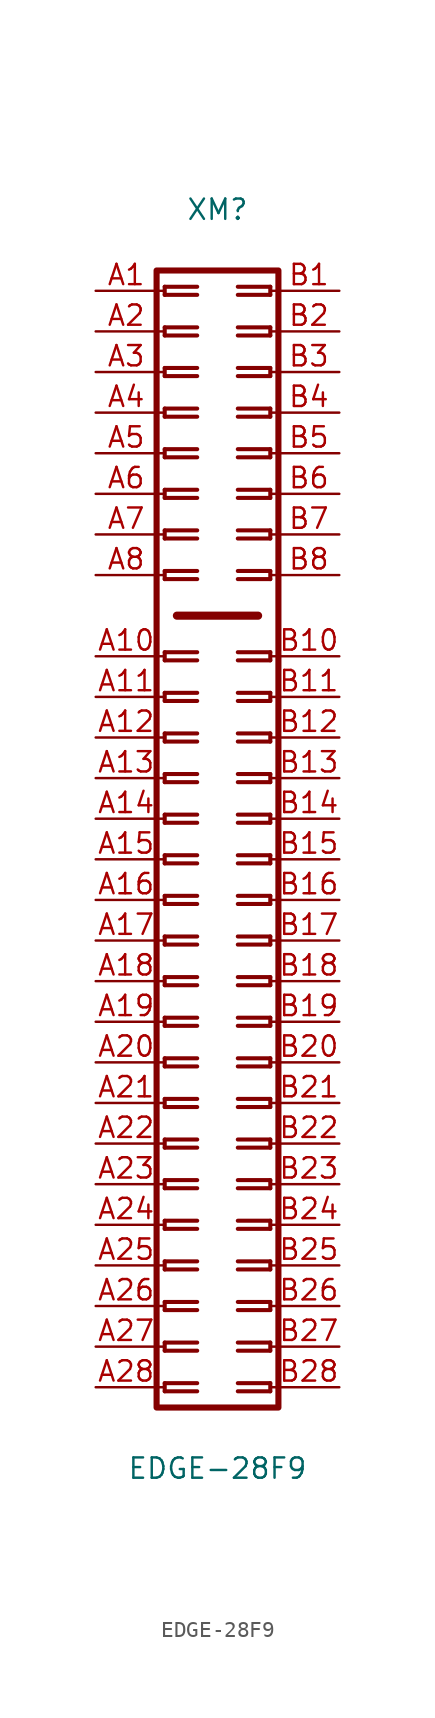
<source format=kicad_sym>
(kicad_symbol_lib
  (version 20231120)
  (generator "kicad_symbol_editor")
  (generator_version "8.0")
  (symbol "EDGE-28F9"
    (pin_names
      (offset 1.016))
    (property "Reference" "XM"
      (at 0 39.37 0)
      (effects (font (size 1.27 1.27))))
    (property "Value" "EDGE-28F9"
      (at 0 -39.37 0)
      (effects (font (size 1.27 1.27))))
    (symbol "EDGE-28F9_0_0"
      (polyline (pts (xy -2.54 13.97) (xy 2.54 13.97)) (stroke (width 0.508) (type default)) (fill (type none))))
    (symbol "EDGE-28F9_0_1"
      (rectangle (start -3.81 35.56) (end 3.81 -35.56) (stroke (width 0.381) (type default)) (fill (type none)))
      (polyline (pts (xy -3.81 -34.29) (xy -3.302 -34.29)) (stroke (width 0) (type default)) (fill (type none)))
      (polyline (pts (xy -3.81 -31.75) (xy -3.302 -31.75)) (stroke (width 0) (type default)) (fill (type none)))
      (polyline (pts (xy -3.81 -29.21) (xy -3.302 -29.21)) (stroke (width 0) (type default)) (fill (type none)))
      (polyline (pts (xy -3.81 -26.67) (xy -3.302 -26.67)) (stroke (width 0) (type default)) (fill (type none)))
      (polyline (pts (xy -3.81 -24.13) (xy -3.302 -24.13)) (stroke (width 0) (type default)) (fill (type none)))
      (polyline (pts (xy -3.81 -21.59) (xy -3.302 -21.59)) (stroke (width 0) (type default)) (fill (type none)))
      (polyline (pts (xy -3.81 -19.05) (xy -3.302 -19.05)) (stroke (width 0) (type default)) (fill (type none)))
      (polyline (pts (xy -3.81 -16.51) (xy -3.302 -16.51)) (stroke (width 0) (type default)) (fill (type none)))
      (polyline (pts (xy -3.81 -13.97) (xy -3.302 -13.97)) (stroke (width 0) (type default)) (fill (type none)))
      (polyline (pts (xy -3.81 -11.43) (xy -3.302 -11.43)) (stroke (width 0) (type default)) (fill (type none)))
      (polyline (pts (xy -3.81 -8.89) (xy -3.302 -8.89)) (stroke (width 0) (type default)) (fill (type none)))
      (polyline (pts (xy -3.81 -6.35) (xy -3.302 -6.35)) (stroke (width 0) (type default)) (fill (type none)))
      (polyline (pts (xy -3.81 -3.81) (xy -3.302 -3.81)) (stroke (width 0) (type default)) (fill (type none)))
      (polyline (pts (xy -3.81 -1.27) (xy -3.302 -1.27)) (stroke (width 0) (type default)) (fill (type none)))
      (polyline (pts (xy -3.81 1.27) (xy -3.302 1.27)) (stroke (width 0) (type default)) (fill (type none)))
      (polyline (pts (xy -3.81 3.81) (xy -3.302 3.81)) (stroke (width 0) (type default)) (fill (type none)))
      (polyline (pts (xy -3.81 6.35) (xy -3.302 6.35)) (stroke (width 0) (type default)) (fill (type none)))
      (polyline (pts (xy -3.81 8.89) (xy -3.302 8.89)) (stroke (width 0) (type default)) (fill (type none)))
      (polyline (pts (xy -3.81 11.43) (xy -3.302 11.43)) (stroke (width 0) (type default)) (fill (type none)))
      (polyline (pts (xy -3.81 16.51) (xy -3.302 16.51)) (stroke (width 0) (type default)) (fill (type none)))
      (polyline (pts (xy -3.81 19.05) (xy -3.302 19.05)) (stroke (width 0) (type default)) (fill (type none)))
      (polyline (pts (xy -3.81 21.59) (xy -3.302 21.59)) (stroke (width 0) (type default)) (fill (type none)))
      (polyline (pts (xy -3.81 24.13) (xy -3.302 24.13)) (stroke (width 0) (type default)) (fill (type none)))
      (polyline (pts (xy -3.81 26.67) (xy -3.302 26.67)) (stroke (width 0) (type default)) (fill (type none)))
      (polyline (pts (xy -3.81 29.21) (xy -3.302 29.21)) (stroke (width 0) (type default)) (fill (type none)))
      (polyline (pts (xy -3.81 31.75) (xy -3.302 31.75)) (stroke (width 0) (type default)) (fill (type none)))
      (polyline (pts (xy -3.81 34.29) (xy -3.302 34.29)) (stroke (width 0) (type default)) (fill (type none)))
      (polyline (pts (xy -3.302 -34.544) (xy -3.302 -34.036)) (stroke (width 0.254) (type default)) (fill (type none)))
      (polyline (pts (xy -3.302 -34.544) (xy -1.27 -34.544)) (stroke (width 0.254) (type default)) (fill (type none)))
      (polyline (pts (xy -3.302 -34.036) (xy -1.27 -34.036)) (stroke (width 0.254) (type default)) (fill (type none)))
      (polyline (pts (xy -3.302 -32.004) (xy -3.302 -31.496)) (stroke (width 0.254) (type default)) (fill (type none)))
      (polyline (pts (xy -3.302 -32.004) (xy -1.27 -32.004)) (stroke (width 0.254) (type default)) (fill (type none)))
      (polyline (pts (xy -3.302 -31.496) (xy -1.27 -31.496)) (stroke (width 0.254) (type default)) (fill (type none)))
      (polyline (pts (xy -3.302 -29.464) (xy -3.302 -28.956)) (stroke (width 0.254) (type default)) (fill (type none)))
      (polyline (pts (xy -3.302 -29.464) (xy -1.27 -29.464)) (stroke (width 0.254) (type default)) (fill (type none)))
      (polyline (pts (xy -3.302 -28.956) (xy -1.27 -28.956)) (stroke (width 0.254) (type default)) (fill (type none)))
      (polyline (pts (xy -3.302 -26.924) (xy -3.302 -26.416)) (stroke (width 0.254) (type default)) (fill (type none)))
      (polyline (pts (xy -3.302 -26.924) (xy -1.27 -26.924)) (stroke (width 0.254) (type default)) (fill (type none)))
      (polyline (pts (xy -3.302 -26.416) (xy -1.27 -26.416)) (stroke (width 0.254) (type default)) (fill (type none)))
      (polyline (pts (xy -3.302 -24.384) (xy -3.302 -23.876)) (stroke (width 0.254) (type default)) (fill (type none)))
      (polyline (pts (xy -3.302 -24.384) (xy -1.27 -24.384)) (stroke (width 0.254) (type default)) (fill (type none)))
      (polyline (pts (xy -3.302 -23.876) (xy -1.27 -23.876)) (stroke (width 0.254) (type default)) (fill (type none)))
      (polyline (pts (xy -3.302 -21.844) (xy -3.302 -21.336)) (stroke (width 0.254) (type default)) (fill (type none)))
      (polyline (pts (xy -3.302 -21.844) (xy -1.27 -21.844)) (stroke (width 0.254) (type default)) (fill (type none)))
      (polyline (pts (xy -3.302 -21.336) (xy -1.27 -21.336)) (stroke (width 0.254) (type default)) (fill (type none)))
      (polyline (pts (xy -3.302 -19.304) (xy -3.302 -18.796)) (stroke (width 0.254) (type default)) (fill (type none)))
      (polyline (pts (xy -3.302 -19.304) (xy -1.27 -19.304)) (stroke (width 0.254) (type default)) (fill (type none)))
      (polyline (pts (xy -3.302 -18.796) (xy -1.27 -18.796)) (stroke (width 0.254) (type default)) (fill (type none)))
      (polyline (pts (xy -3.302 -16.764) (xy -3.302 -16.256)) (stroke (width 0.254) (type default)) (fill (type none)))
      (polyline (pts (xy -3.302 -16.764) (xy -1.27 -16.764)) (stroke (width 0.254) (type default)) (fill (type none)))
      (polyline (pts (xy -3.302 -16.256) (xy -1.27 -16.256)) (stroke (width 0.254) (type default)) (fill (type none)))
      (polyline (pts (xy -3.302 -14.224) (xy -3.302 -13.716)) (stroke (width 0.254) (type default)) (fill (type none)))
      (polyline (pts (xy -3.302 -14.224) (xy -1.27 -14.224)) (stroke (width 0.254) (type default)) (fill (type none)))
      (polyline (pts (xy -3.302 -13.716) (xy -1.27 -13.716)) (stroke (width 0.254) (type default)) (fill (type none)))
      (polyline (pts (xy -3.302 -11.684) (xy -3.302 -11.176)) (stroke (width 0.254) (type default)) (fill (type none)))
      (polyline (pts (xy -3.302 -11.684) (xy -1.27 -11.684)) (stroke (width 0.254) (type default)) (fill (type none)))
      (polyline (pts (xy -3.302 -11.176) (xy -1.27 -11.176)) (stroke (width 0.254) (type default)) (fill (type none)))
      (polyline (pts (xy -3.302 -9.144) (xy -3.302 -8.636)) (stroke (width 0.254) (type default)) (fill (type none)))
      (polyline (pts (xy -3.302 -9.144) (xy -1.27 -9.144)) (stroke (width 0.254) (type default)) (fill (type none)))
      (polyline (pts (xy -3.302 -8.636) (xy -1.27 -8.636)) (stroke (width 0.254) (type default)) (fill (type none)))
      (polyline (pts (xy -3.302 -6.604) (xy -3.302 -6.096)) (stroke (width 0.254) (type default)) (fill (type none)))
      (polyline (pts (xy -3.302 -6.604) (xy -1.27 -6.604)) (stroke (width 0.254) (type default)) (fill (type none)))
      (polyline (pts (xy -3.302 -6.096) (xy -1.27 -6.096)) (stroke (width 0.254) (type default)) (fill (type none)))
      (polyline (pts (xy -3.302 -4.064) (xy -3.302 -3.556)) (stroke (width 0.254) (type default)) (fill (type none)))
      (polyline (pts (xy -3.302 -4.064) (xy -1.27 -4.064)) (stroke (width 0.254) (type default)) (fill (type none)))
      (polyline (pts (xy -3.302 -3.556) (xy -1.27 -3.556)) (stroke (width 0.254) (type default)) (fill (type none)))
      (polyline (pts (xy -3.302 -1.524) (xy -3.302 -1.016)) (stroke (width 0.254) (type default)) (fill (type none)))
      (polyline (pts (xy -3.302 -1.524) (xy -1.27 -1.524)) (stroke (width 0.254) (type default)) (fill (type none)))
      (polyline (pts (xy -3.302 -1.016) (xy -1.27 -1.016)) (stroke (width 0.254) (type default)) (fill (type none)))
      (polyline (pts (xy -3.302 1.016) (xy -3.302 1.524)) (stroke (width 0.254) (type default)) (fill (type none)))
      (polyline (pts (xy -3.302 1.016) (xy -1.27 1.016)) (stroke (width 0.254) (type default)) (fill (type none)))
      (polyline (pts (xy -3.302 1.524) (xy -1.27 1.524)) (stroke (width 0.254) (type default)) (fill (type none)))
      (polyline (pts (xy -3.302 3.556) (xy -3.302 4.064)) (stroke (width 0.254) (type default)) (fill (type none)))
      (polyline (pts (xy -3.302 3.556) (xy -1.27 3.556)) (stroke (width 0.254) (type default)) (fill (type none)))
      (polyline (pts (xy -3.302 4.064) (xy -1.27 4.064)) (stroke (width 0.254) (type default)) (fill (type none)))
      (polyline (pts (xy -3.302 6.096) (xy -3.302 6.604)) (stroke (width 0.254) (type default)) (fill (type none)))
      (polyline (pts (xy -3.302 6.096) (xy -1.27 6.096)) (stroke (width 0.254) (type default)) (fill (type none)))
      (polyline (pts (xy -3.302 6.604) (xy -1.27 6.604)) (stroke (width 0.254) (type default)) (fill (type none)))
      (polyline (pts (xy -3.302 8.636) (xy -3.302 9.144)) (stroke (width 0.254) (type default)) (fill (type none)))
      (polyline (pts (xy -3.302 8.636) (xy -1.27 8.636)) (stroke (width 0.254) (type default)) (fill (type none)))
      (polyline (pts (xy -3.302 9.144) (xy -1.27 9.144)) (stroke (width 0.254) (type default)) (fill (type none)))
      (polyline (pts (xy -3.302 11.176) (xy -3.302 11.684)) (stroke (width 0.254) (type default)) (fill (type none)))
      (polyline (pts (xy -3.302 11.176) (xy -1.27 11.176)) (stroke (width 0.254) (type default)) (fill (type none)))
      (polyline (pts (xy -3.302 11.684) (xy -1.27 11.684)) (stroke (width 0.254) (type default)) (fill (type none)))
      (polyline (pts (xy -3.302 16.256) (xy -3.302 16.764)) (stroke (width 0.254) (type default)) (fill (type none)))
      (polyline (pts (xy -3.302 16.256) (xy -1.27 16.256)) (stroke (width 0.254) (type default)) (fill (type none)))
      (polyline (pts (xy -3.302 16.764) (xy -1.27 16.764)) (stroke (width 0.254) (type default)) (fill (type none)))
      (polyline (pts (xy -3.302 18.796) (xy -3.302 19.304)) (stroke (width 0.254) (type default)) (fill (type none)))
      (polyline (pts (xy -3.302 18.796) (xy -1.27 18.796)) (stroke (width 0.254) (type default)) (fill (type none)))
      (polyline (pts (xy -3.302 19.304) (xy -1.27 19.304)) (stroke (width 0.254) (type default)) (fill (type none)))
      (polyline (pts (xy -3.302 21.336) (xy -3.302 21.844)) (stroke (width 0.254) (type default)) (fill (type none)))
      (polyline (pts (xy -3.302 21.336) (xy -1.27 21.336)) (stroke (width 0.254) (type default)) (fill (type none)))
      (polyline (pts (xy -3.302 21.844) (xy -1.27 21.844)) (stroke (width 0.254) (type default)) (fill (type none)))
      (polyline (pts (xy -3.302 23.876) (xy -3.302 24.384)) (stroke (width 0.254) (type default)) (fill (type none)))
      (polyline (pts (xy -3.302 23.876) (xy -1.27 23.876)) (stroke (width 0.254) (type default)) (fill (type none)))
      (polyline (pts (xy -3.302 24.384) (xy -1.27 24.384)) (stroke (width 0.254) (type default)) (fill (type none)))
      (polyline (pts (xy -3.302 26.416) (xy -3.302 26.924)) (stroke (width 0.254) (type default)) (fill (type none)))
      (polyline (pts (xy -3.302 26.416) (xy -1.27 26.416)) (stroke (width 0.254) (type default)) (fill (type none)))
      (polyline (pts (xy -3.302 26.924) (xy -1.27 26.924)) (stroke (width 0.254) (type default)) (fill (type none)))
      (polyline (pts (xy -3.302 28.956) (xy -3.302 29.464)) (stroke (width 0.254) (type default)) (fill (type none)))
      (polyline (pts (xy -3.302 28.956) (xy -1.27 28.956)) (stroke (width 0.254) (type default)) (fill (type none)))
      (polyline (pts (xy -3.302 29.464) (xy -1.27 29.464)) (stroke (width 0.254) (type default)) (fill (type none)))
      (polyline (pts (xy -3.302 31.496) (xy -3.302 32.004)) (stroke (width 0.254) (type default)) (fill (type none)))
      (polyline (pts (xy -3.302 31.496) (xy -1.27 31.496)) (stroke (width 0.254) (type default)) (fill (type none)))
      (polyline (pts (xy -3.302 32.004) (xy -1.27 32.004)) (stroke (width 0.254) (type default)) (fill (type none)))
      (polyline (pts (xy -3.302 34.036) (xy -3.302 34.544)) (stroke (width 0.254) (type default)) (fill (type none)))
      (polyline (pts (xy -3.302 34.036) (xy -1.27 34.036)) (stroke (width 0.254) (type default)) (fill (type none)))
      (polyline (pts (xy -3.302 34.544) (xy -1.27 34.544)) (stroke (width 0.254) (type default)) (fill (type none)))
      (polyline (pts (xy 3.302 -34.544) (xy 1.27 -34.544)) (stroke (width 0.254) (type default)) (fill (type none)))
      (polyline (pts (xy 3.302 -34.544) (xy 3.302 -34.036)) (stroke (width 0.254) (type default)) (fill (type none)))
      (polyline (pts (xy 3.302 -34.036) (xy 1.27 -34.036)) (stroke (width 0.254) (type default)) (fill (type none)))
      (polyline (pts (xy 3.302 -32.004) (xy 1.27 -32.004)) (stroke (width 0.254) (type default)) (fill (type none)))
      (polyline (pts (xy 3.302 -32.004) (xy 3.302 -31.496)) (stroke (width 0.254) (type default)) (fill (type none)))
      (polyline (pts (xy 3.302 -31.496) (xy 1.27 -31.496)) (stroke (width 0.254) (type default)) (fill (type none)))
      (polyline (pts (xy 3.302 -29.464) (xy 1.27 -29.464)) (stroke (width 0.254) (type default)) (fill (type none)))
      (polyline (pts (xy 3.302 -29.464) (xy 3.302 -28.956)) (stroke (width 0.254) (type default)) (fill (type none)))
      (polyline (pts (xy 3.302 -28.956) (xy 1.27 -28.956)) (stroke (width 0.254) (type default)) (fill (type none)))
      (polyline (pts (xy 3.302 -26.924) (xy 1.27 -26.924)) (stroke (width 0.254) (type default)) (fill (type none)))
      (polyline (pts (xy 3.302 -26.924) (xy 3.302 -26.416)) (stroke (width 0.254) (type default)) (fill (type none)))
      (polyline (pts (xy 3.302 -26.416) (xy 1.27 -26.416)) (stroke (width 0.254) (type default)) (fill (type none)))
      (polyline (pts (xy 3.302 -24.384) (xy 1.27 -24.384)) (stroke (width 0.254) (type default)) (fill (type none)))
      (polyline (pts (xy 3.302 -24.384) (xy 3.302 -23.876)) (stroke (width 0.254) (type default)) (fill (type none)))
      (polyline (pts (xy 3.302 -23.876) (xy 1.27 -23.876)) (stroke (width 0.254) (type default)) (fill (type none)))
      (polyline (pts (xy 3.302 -21.844) (xy 1.27 -21.844)) (stroke (width 0.254) (type default)) (fill (type none)))
      (polyline (pts (xy 3.302 -21.844) (xy 3.302 -21.336)) (stroke (width 0.254) (type default)) (fill (type none)))
      (polyline (pts (xy 3.302 -21.336) (xy 1.27 -21.336)) (stroke (width 0.254) (type default)) (fill (type none)))
      (polyline (pts (xy 3.302 -19.304) (xy 1.27 -19.304)) (stroke (width 0.254) (type default)) (fill (type none)))
      (polyline (pts (xy 3.302 -19.304) (xy 3.302 -18.796)) (stroke (width 0.254) (type default)) (fill (type none)))
      (polyline (pts (xy 3.302 -18.796) (xy 1.27 -18.796)) (stroke (width 0.254) (type default)) (fill (type none)))
      (polyline (pts (xy 3.302 -16.764) (xy 1.27 -16.764)) (stroke (width 0.254) (type default)) (fill (type none)))
      (polyline (pts (xy 3.302 -16.764) (xy 3.302 -16.256)) (stroke (width 0.254) (type default)) (fill (type none)))
      (polyline (pts (xy 3.302 -16.256) (xy 1.27 -16.256)) (stroke (width 0.254) (type default)) (fill (type none)))
      (polyline (pts (xy 3.302 -14.224) (xy 1.27 -14.224)) (stroke (width 0.254) (type default)) (fill (type none)))
      (polyline (pts (xy 3.302 -14.224) (xy 3.302 -13.716)) (stroke (width 0.254) (type default)) (fill (type none)))
      (polyline (pts (xy 3.302 -13.716) (xy 1.27 -13.716)) (stroke (width 0.254) (type default)) (fill (type none)))
      (polyline (pts (xy 3.302 -11.684) (xy 1.27 -11.684)) (stroke (width 0.254) (type default)) (fill (type none)))
      (polyline (pts (xy 3.302 -11.684) (xy 3.302 -11.176)) (stroke (width 0.254) (type default)) (fill (type none)))
      (polyline (pts (xy 3.302 -11.176) (xy 1.27 -11.176)) (stroke (width 0.254) (type default)) (fill (type none)))
      (polyline (pts (xy 3.302 -9.144) (xy 1.27 -9.144)) (stroke (width 0.254) (type default)) (fill (type none)))
      (polyline (pts (xy 3.302 -9.144) (xy 3.302 -8.636)) (stroke (width 0.254) (type default)) (fill (type none)))
      (polyline (pts (xy 3.302 -8.636) (xy 1.27 -8.636)) (stroke (width 0.254) (type default)) (fill (type none)))
      (polyline (pts (xy 3.302 -6.604) (xy 1.27 -6.604)) (stroke (width 0.254) (type default)) (fill (type none)))
      (polyline (pts (xy 3.302 -6.604) (xy 3.302 -6.096)) (stroke (width 0.254) (type default)) (fill (type none)))
      (polyline (pts (xy 3.302 -6.096) (xy 1.27 -6.096)) (stroke (width 0.254) (type default)) (fill (type none)))
      (polyline (pts (xy 3.302 -4.064) (xy 1.27 -4.064)) (stroke (width 0.254) (type default)) (fill (type none)))
      (polyline (pts (xy 3.302 -4.064) (xy 3.302 -3.556)) (stroke (width 0.254) (type default)) (fill (type none)))
      (polyline (pts (xy 3.302 -3.556) (xy 1.27 -3.556)) (stroke (width 0.254) (type default)) (fill (type none)))
      (polyline (pts (xy 3.302 -1.524) (xy 1.27 -1.524)) (stroke (width 0.254) (type default)) (fill (type none)))
      (polyline (pts (xy 3.302 -1.524) (xy 3.302 -1.016)) (stroke (width 0.254) (type default)) (fill (type none)))
      (polyline (pts (xy 3.302 -1.016) (xy 1.27 -1.016)) (stroke (width 0.254) (type default)) (fill (type none)))
      (polyline (pts (xy 3.302 1.016) (xy 1.27 1.016)) (stroke (width 0.254) (type default)) (fill (type none)))
      (polyline (pts (xy 3.302 1.016) (xy 3.302 1.524)) (stroke (width 0.254) (type default)) (fill (type none)))
      (polyline (pts (xy 3.302 1.524) (xy 1.27 1.524)) (stroke (width 0.254) (type default)) (fill (type none)))
      (polyline (pts (xy 3.302 3.556) (xy 1.27 3.556)) (stroke (width 0.254) (type default)) (fill (type none)))
      (polyline (pts (xy 3.302 3.556) (xy 3.302 4.064)) (stroke (width 0.254) (type default)) (fill (type none)))
      (polyline (pts (xy 3.302 4.064) (xy 1.27 4.064)) (stroke (width 0.254) (type default)) (fill (type none)))
      (polyline (pts (xy 3.302 6.096) (xy 1.27 6.096)) (stroke (width 0.254) (type default)) (fill (type none)))
      (polyline (pts (xy 3.302 6.096) (xy 3.302 6.604)) (stroke (width 0.254) (type default)) (fill (type none)))
      (polyline (pts (xy 3.302 6.604) (xy 1.27 6.604)) (stroke (width 0.254) (type default)) (fill (type none)))
      (polyline (pts (xy 3.302 8.636) (xy 1.27 8.636)) (stroke (width 0.254) (type default)) (fill (type none)))
      (polyline (pts (xy 3.302 8.636) (xy 3.302 9.144)) (stroke (width 0.254) (type default)) (fill (type none)))
      (polyline (pts (xy 3.302 9.144) (xy 1.27 9.144)) (stroke (width 0.254) (type default)) (fill (type none)))
      (polyline (pts (xy 3.302 11.176) (xy 1.27 11.176)) (stroke (width 0.254) (type default)) (fill (type none)))
      (polyline (pts (xy 3.302 11.176) (xy 3.302 11.684)) (stroke (width 0.254) (type default)) (fill (type none)))
      (polyline (pts (xy 3.302 11.684) (xy 1.27 11.684)) (stroke (width 0.254) (type default)) (fill (type none)))
      (polyline (pts (xy 3.302 16.256) (xy 1.27 16.256)) (stroke (width 0.254) (type default)) (fill (type none)))
      (polyline (pts (xy 3.302 16.256) (xy 3.302 16.764)) (stroke (width 0.254) (type default)) (fill (type none)))
      (polyline (pts (xy 3.302 16.764) (xy 1.27 16.764)) (stroke (width 0.254) (type default)) (fill (type none)))
      (polyline (pts (xy 3.302 18.796) (xy 1.27 18.796)) (stroke (width 0.254) (type default)) (fill (type none)))
      (polyline (pts (xy 3.302 18.796) (xy 3.302 19.304)) (stroke (width 0.254) (type default)) (fill (type none)))
      (polyline (pts (xy 3.302 19.304) (xy 1.27 19.304)) (stroke (width 0.254) (type default)) (fill (type none)))
      (polyline (pts (xy 3.302 21.336) (xy 1.27 21.336)) (stroke (width 0.254) (type default)) (fill (type none)))
      (polyline (pts (xy 3.302 21.336) (xy 3.302 21.844)) (stroke (width 0.254) (type default)) (fill (type none)))
      (polyline (pts (xy 3.302 21.844) (xy 1.27 21.844)) (stroke (width 0.254) (type default)) (fill (type none)))
      (polyline (pts (xy 3.302 23.876) (xy 1.27 23.876)) (stroke (width 0.254) (type default)) (fill (type none)))
      (polyline (pts (xy 3.302 23.876) (xy 3.302 24.384)) (stroke (width 0.254) (type default)) (fill (type none)))
      (polyline (pts (xy 3.302 24.384) (xy 1.27 24.384)) (stroke (width 0.254) (type default)) (fill (type none)))
      (polyline (pts (xy 3.302 26.416) (xy 1.27 26.416)) (stroke (width 0.254) (type default)) (fill (type none)))
      (polyline (pts (xy 3.302 26.416) (xy 3.302 26.924)) (stroke (width 0.254) (type default)) (fill (type none)))
      (polyline (pts (xy 3.302 26.924) (xy 1.27 26.924)) (stroke (width 0.254) (type default)) (fill (type none)))
      (polyline (pts (xy 3.302 28.956) (xy 1.27 28.956)) (stroke (width 0.254) (type default)) (fill (type none)))
      (polyline (pts (xy 3.302 28.956) (xy 3.302 29.464)) (stroke (width 0.254) (type default)) (fill (type none)))
      (polyline (pts (xy 3.302 29.464) (xy 1.27 29.464)) (stroke (width 0.254) (type default)) (fill (type none)))
      (polyline (pts (xy 3.302 31.496) (xy 1.27 31.496)) (stroke (width 0.254) (type default)) (fill (type none)))
      (polyline (pts (xy 3.302 31.496) (xy 3.302 32.004)) (stroke (width 0.254) (type default)) (fill (type none)))
      (polyline (pts (xy 3.302 32.004) (xy 1.27 32.004)) (stroke (width 0.254) (type default)) (fill (type none)))
      (polyline (pts (xy 3.302 34.036) (xy 1.27 34.036)) (stroke (width 0.254) (type default)) (fill (type none)))
      (polyline (pts (xy 3.302 34.036) (xy 3.302 34.544)) (stroke (width 0.254) (type default)) (fill (type none)))
      (polyline (pts (xy 3.302 34.544) (xy 1.27 34.544)) (stroke (width 0.254) (type default)) (fill (type none)))
      (polyline (pts (xy 3.81 -34.29) (xy 3.302 -34.29)) (stroke (width 0) (type default)) (fill (type none)))
      (polyline (pts (xy 3.81 -31.75) (xy 3.302 -31.75)) (stroke (width 0) (type default)) (fill (type none)))
      (polyline (pts (xy 3.81 -29.21) (xy 3.302 -29.21)) (stroke (width 0) (type default)) (fill (type none)))
      (polyline (pts (xy 3.81 -26.67) (xy 3.302 -26.67)) (stroke (width 0) (type default)) (fill (type none)))
      (polyline (pts (xy 3.81 -24.13) (xy 3.302 -24.13)) (stroke (width 0) (type default)) (fill (type none)))
      (polyline (pts (xy 3.81 -21.59) (xy 3.302 -21.59)) (stroke (width 0) (type default)) (fill (type none)))
      (polyline (pts (xy 3.81 -19.05) (xy 3.302 -19.05)) (stroke (width 0) (type default)) (fill (type none)))
      (polyline (pts (xy 3.81 -16.51) (xy 3.302 -16.51)) (stroke (width 0) (type default)) (fill (type none)))
      (polyline (pts (xy 3.81 -13.97) (xy 3.302 -13.97)) (stroke (width 0) (type default)) (fill (type none)))
      (polyline (pts (xy 3.81 -11.43) (xy 3.302 -11.43)) (stroke (width 0) (type default)) (fill (type none)))
      (polyline (pts (xy 3.81 -8.89) (xy 3.302 -8.89)) (stroke (width 0) (type default)) (fill (type none)))
      (polyline (pts (xy 3.81 -6.35) (xy 3.302 -6.35)) (stroke (width 0) (type default)) (fill (type none)))
      (polyline (pts (xy 3.81 -3.81) (xy 3.302 -3.81)) (stroke (width 0) (type default)) (fill (type none)))
      (polyline (pts (xy 3.81 -1.27) (xy 3.302 -1.27)) (stroke (width 0) (type default)) (fill (type none)))
      (polyline (pts (xy 3.81 1.27) (xy 3.302 1.27)) (stroke (width 0) (type default)) (fill (type none)))
      (polyline (pts (xy 3.81 3.81) (xy 3.302 3.81)) (stroke (width 0) (type default)) (fill (type none)))
      (polyline (pts (xy 3.81 6.35) (xy 3.302 6.35)) (stroke (width 0) (type default)) (fill (type none)))
      (polyline (pts (xy 3.81 8.89) (xy 3.302 8.89)) (stroke (width 0) (type default)) (fill (type none)))
      (polyline (pts (xy 3.81 11.43) (xy 3.302 11.43)) (stroke (width 0) (type default)) (fill (type none)))
      (polyline (pts (xy 3.81 16.51) (xy 3.302 16.51)) (stroke (width 0) (type default)) (fill (type none)))
      (polyline (pts (xy 3.81 19.05) (xy 3.302 19.05)) (stroke (width 0) (type default)) (fill (type none)))
      (polyline (pts (xy 3.81 21.59) (xy 3.302 21.59)) (stroke (width 0) (type default)) (fill (type none)))
      (polyline (pts (xy 3.81 24.13) (xy 3.302 24.13)) (stroke (width 0) (type default)) (fill (type none)))
      (polyline (pts (xy 3.81 26.67) (xy 3.302 26.67)) (stroke (width 0) (type default)) (fill (type none)))
      (polyline (pts (xy 3.81 29.21) (xy 3.302 29.21)) (stroke (width 0) (type default)) (fill (type none)))
      (polyline (pts (xy 3.81 31.75) (xy 3.302 31.75)) (stroke (width 0) (type default)) (fill (type none)))
      (polyline (pts (xy 3.81 34.29) (xy 3.302 34.29)) (stroke (width 0) (type default)) (fill (type none))))
    (symbol "EDGE-28F9_1_1"
      (pin passive line (at -7.62 34.29 0) (length 3.81) (name "~" (effects (font (size 1.27 1.27)))) (number "A1" (effects (font (size 1.27 1.27)))))
      (pin passive line (at -7.62 11.43 0) (length 3.81) (name "~" (effects (font (size 1.27 1.27)))) (number "A10" (effects (font (size 1.27 1.27)))))
      (pin passive line (at -7.62 8.89 0) (length 3.81) (name "~" (effects (font (size 1.27 1.27)))) (number "A11" (effects (font (size 1.27 1.27)))))
      (pin passive line (at -7.62 6.35 0) (length 3.81) (name "~" (effects (font (size 1.27 1.27)))) (number "A12" (effects (font (size 1.27 1.27)))))
      (pin passive line (at -7.62 3.81 0) (length 3.81) (name "~" (effects (font (size 1.27 1.27)))) (number "A13" (effects (font (size 1.27 1.27)))))
      (pin passive line (at -7.62 1.27 0) (length 3.81) (name "~" (effects (font (size 1.27 1.27)))) (number "A14" (effects (font (size 1.27 1.27)))))
      (pin passive line (at -7.62 -1.27 0) (length 3.81) (name "~" (effects (font (size 1.27 1.27)))) (number "A15" (effects (font (size 1.27 1.27)))))
      (pin passive line (at -7.62 -3.81 0) (length 3.81) (name "~" (effects (font (size 1.27 1.27)))) (number "A16" (effects (font (size 1.27 1.27)))))
      (pin passive line (at -7.62 -6.35 0) (length 3.81) (name "~" (effects (font (size 1.27 1.27)))) (number "A17" (effects (font (size 1.27 1.27)))))
      (pin passive line (at -7.62 -8.89 0) (length 3.81) (name "~" (effects (font (size 1.27 1.27)))) (number "A18" (effects (font (size 1.27 1.27)))))
      (pin passive line (at -7.62 -11.43 0) (length 3.81) (name "~" (effects (font (size 1.27 1.27)))) (number "A19" (effects (font (size 1.27 1.27)))))
      (pin passive line (at -7.62 31.75 0) (length 3.81) (name "~" (effects (font (size 1.27 1.27)))) (number "A2" (effects (font (size 1.27 1.27)))))
      (pin passive line (at -7.62 -13.97 0) (length 3.81) (name "~" (effects (font (size 1.27 1.27)))) (number "A20" (effects (font (size 1.27 1.27)))))
      (pin passive line (at -7.62 -16.51 0) (length 3.81) (name "~" (effects (font (size 1.27 1.27)))) (number "A21" (effects (font (size 1.27 1.27)))))
      (pin passive line (at -7.62 -19.05 0) (length 3.81) (name "~" (effects (font (size 1.27 1.27)))) (number "A22" (effects (font (size 1.27 1.27)))))
      (pin passive line (at -7.62 -21.59 0) (length 3.81) (name "~" (effects (font (size 1.27 1.27)))) (number "A23" (effects (font (size 1.27 1.27)))))
      (pin passive line (at -7.62 -24.13 0) (length 3.81) (name "~" (effects (font (size 1.27 1.27)))) (number "A24" (effects (font (size 1.27 1.27)))))
      (pin passive line (at -7.62 -26.67 0) (length 3.81) (name "~" (effects (font (size 1.27 1.27)))) (number "A25" (effects (font (size 1.27 1.27)))))
      (pin passive line (at -7.62 -29.21 0) (length 3.81) (name "~" (effects (font (size 1.27 1.27)))) (number "A26" (effects (font (size 1.27 1.27)))))
      (pin passive line (at -7.62 -31.75 0) (length 3.81) (name "~" (effects (font (size 1.27 1.27)))) (number "A27" (effects (font (size 1.27 1.27)))))
      (pin passive line (at -7.62 -34.29 0) (length 3.81) (name "~" (effects (font (size 1.27 1.27)))) (number "A28" (effects (font (size 1.27 1.27)))))
      (pin passive line (at -7.62 29.21 0) (length 3.81) (name "~" (effects (font (size 1.27 1.27)))) (number "A3" (effects (font (size 1.27 1.27)))))
      (pin passive line (at -7.62 26.67 0) (length 3.81) (name "~" (effects (font (size 1.27 1.27)))) (number "A4" (effects (font (size 1.27 1.27)))))
      (pin passive line (at -7.62 24.13 0) (length 3.81) (name "~" (effects (font (size 1.27 1.27)))) (number "A5" (effects (font (size 1.27 1.27)))))
      (pin passive line (at -7.62 21.59 0) (length 3.81) (name "~" (effects (font (size 1.27 1.27)))) (number "A6" (effects (font (size 1.27 1.27)))))
      (pin passive line (at -7.62 19.05 0) (length 3.81) (name "~" (effects (font (size 1.27 1.27)))) (number "A7" (effects (font (size 1.27 1.27)))))
      (pin passive line (at -7.62 16.51 0) (length 3.81) (name "~" (effects (font (size 1.27 1.27)))) (number "A8" (effects (font (size 1.27 1.27)))))
      (pin passive line (at 7.62 34.29 180) (length 3.81) (name "~" (effects (font (size 1.27 1.27)))) (number "B1" (effects (font (size 1.27 1.27)))))
      (pin passive line (at 7.62 11.43 180) (length 3.81) (name "~" (effects (font (size 1.27 1.27)))) (number "B10" (effects (font (size 1.27 1.27)))))
      (pin passive line (at 7.62 8.89 180) (length 3.81) (name "~" (effects (font (size 1.27 1.27)))) (number "B11" (effects (font (size 1.27 1.27)))))
      (pin passive line (at 7.62 6.35 180) (length 3.81) (name "~" (effects (font (size 1.27 1.27)))) (number "B12" (effects (font (size 1.27 1.27)))))
      (pin passive line (at 7.62 3.81 180) (length 3.81) (name "~" (effects (font (size 1.27 1.27)))) (number "B13" (effects (font (size 1.27 1.27)))))
      (pin passive line (at 7.62 1.27 180) (length 3.81) (name "~" (effects (font (size 1.27 1.27)))) (number "B14" (effects (font (size 1.27 1.27)))))
      (pin passive line (at 7.62 -1.27 180) (length 3.81) (name "~" (effects (font (size 1.27 1.27)))) (number "B15" (effects (font (size 1.27 1.27)))))
      (pin passive line (at 7.62 -3.81 180) (length 3.81) (name "~" (effects (font (size 1.27 1.27)))) (number "B16" (effects (font (size 1.27 1.27)))))
      (pin passive line (at 7.62 -6.35 180) (length 3.81) (name "~" (effects (font (size 1.27 1.27)))) (number "B17" (effects (font (size 1.27 1.27)))))
      (pin passive line (at 7.62 -8.89 180) (length 3.81) (name "~" (effects (font (size 1.27 1.27)))) (number "B18" (effects (font (size 1.27 1.27)))))
      (pin passive line (at 7.62 -11.43 180) (length 3.81) (name "~" (effects (font (size 1.27 1.27)))) (number "B19" (effects (font (size 1.27 1.27)))))
      (pin passive line (at 7.62 31.75 180) (length 3.81) (name "~" (effects (font (size 1.27 1.27)))) (number "B2" (effects (font (size 1.27 1.27)))))
      (pin passive line (at 7.62 -13.97 180) (length 3.81) (name "~" (effects (font (size 1.27 1.27)))) (number "B20" (effects (font (size 1.27 1.27)))))
      (pin passive line (at 7.62 -16.51 180) (length 3.81) (name "~" (effects (font (size 1.27 1.27)))) (number "B21" (effects (font (size 1.27 1.27)))))
      (pin passive line (at 7.62 -19.05 180) (length 3.81) (name "~" (effects (font (size 1.27 1.27)))) (number "B22" (effects (font (size 1.27 1.27)))))
      (pin passive line (at 7.62 -21.59 180) (length 3.81) (name "~" (effects (font (size 1.27 1.27)))) (number "B23" (effects (font (size 1.27 1.27)))))
      (pin passive line (at 7.62 -24.13 180) (length 3.81) (name "~" (effects (font (size 1.27 1.27)))) (number "B24" (effects (font (size 1.27 1.27)))))
      (pin passive line (at 7.62 -26.67 180) (length 3.81) (name "~" (effects (font (size 1.27 1.27)))) (number "B25" (effects (font (size 1.27 1.27)))))
      (pin passive line (at 7.62 -29.21 180) (length 3.81) (name "~" (effects (font (size 1.27 1.27)))) (number "B26" (effects (font (size 1.27 1.27)))))
      (pin passive line (at 7.62 -31.75 180) (length 3.81) (name "~" (effects (font (size 1.27 1.27)))) (number "B27" (effects (font (size 1.27 1.27)))))
      (pin passive line (at 7.62 -34.29 180) (length 3.81) (name "~" (effects (font (size 1.27 1.27)))) (number "B28" (effects (font (size 1.27 1.27)))))
      (pin passive line (at 7.62 29.21 180) (length 3.81) (name "~" (effects (font (size 1.27 1.27)))) (number "B3" (effects (font (size 1.27 1.27)))))
      (pin passive line (at 7.62 26.67 180) (length 3.81) (name "~" (effects (font (size 1.27 1.27)))) (number "B4" (effects (font (size 1.27 1.27)))))
      (pin passive line (at 7.62 24.13 180) (length 3.81) (name "~" (effects (font (size 1.27 1.27)))) (number "B5" (effects (font (size 1.27 1.27)))))
      (pin passive line (at 7.62 21.59 180) (length 3.81) (name "~" (effects (font (size 1.27 1.27)))) (number "B6" (effects (font (size 1.27 1.27)))))
      (pin passive line (at 7.62 19.05 180) (length 3.81) (name "~" (effects (font (size 1.27 1.27)))) (number "B7" (effects (font (size 1.27 1.27)))))
      (pin passive line (at 7.62 16.51 180) (length 3.81) (name "~" (effects (font (size 1.27 1.27)))) (number "B8" (effects (font (size 1.27 1.27))))))))
</source>
